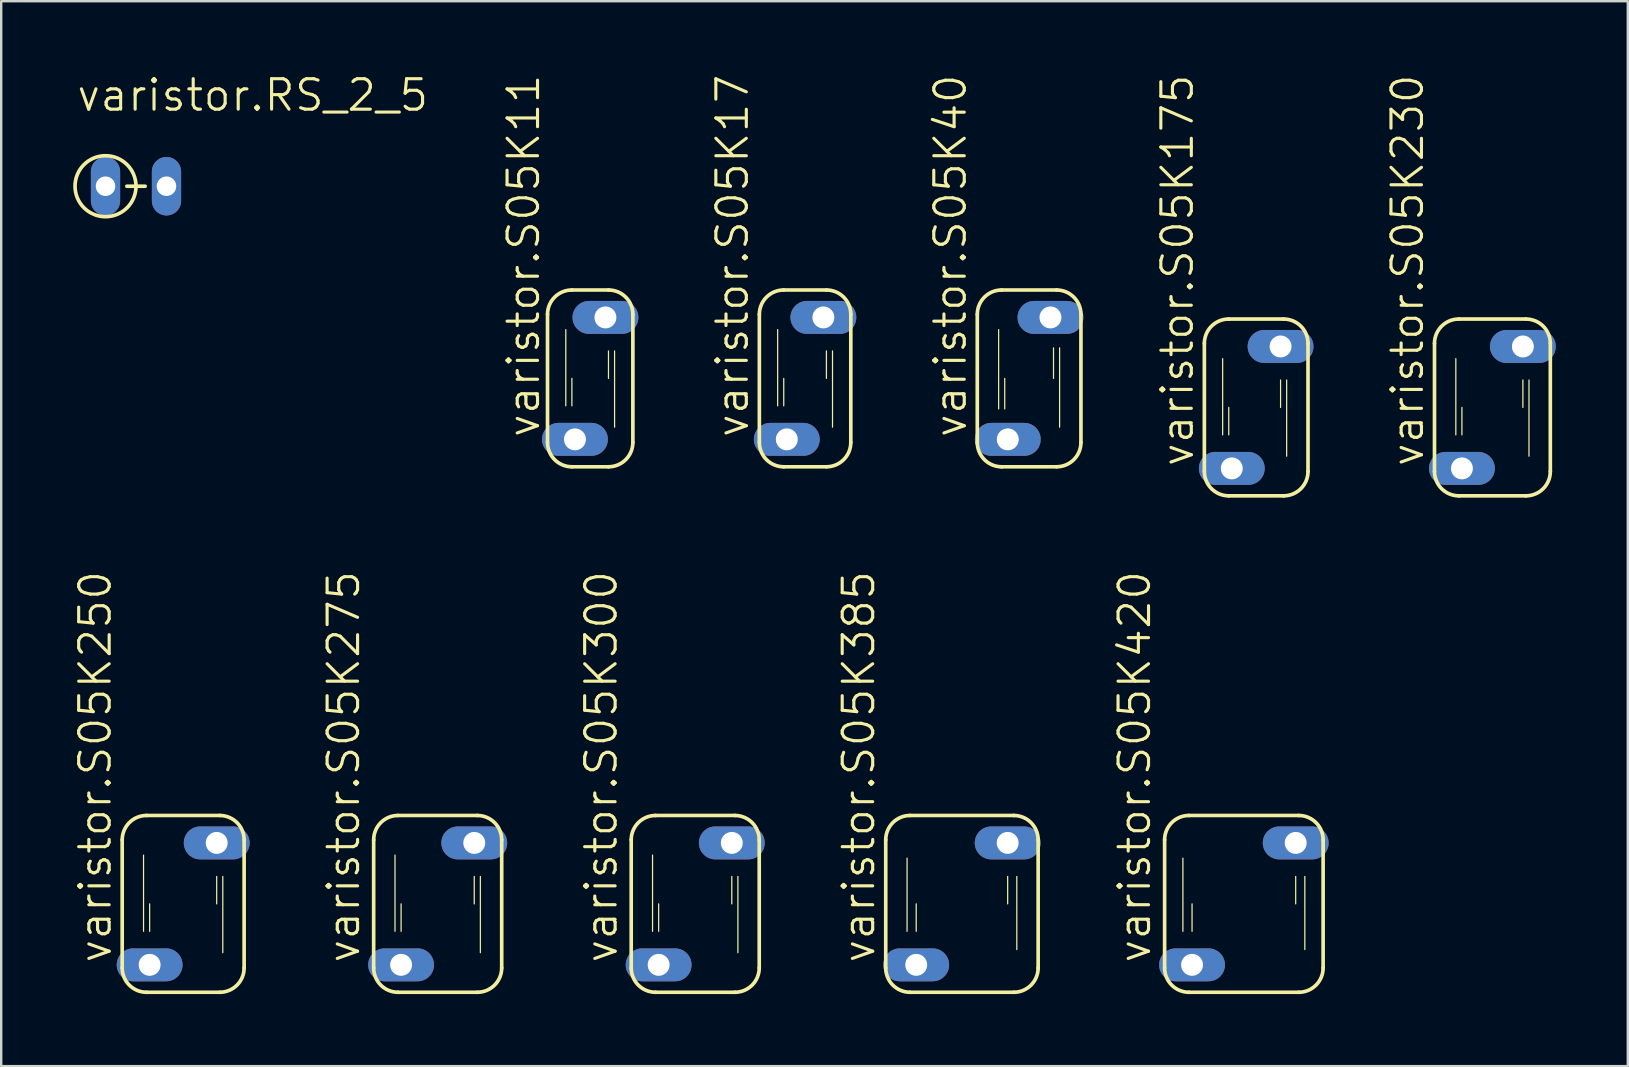
<source format=kicad_pcb>
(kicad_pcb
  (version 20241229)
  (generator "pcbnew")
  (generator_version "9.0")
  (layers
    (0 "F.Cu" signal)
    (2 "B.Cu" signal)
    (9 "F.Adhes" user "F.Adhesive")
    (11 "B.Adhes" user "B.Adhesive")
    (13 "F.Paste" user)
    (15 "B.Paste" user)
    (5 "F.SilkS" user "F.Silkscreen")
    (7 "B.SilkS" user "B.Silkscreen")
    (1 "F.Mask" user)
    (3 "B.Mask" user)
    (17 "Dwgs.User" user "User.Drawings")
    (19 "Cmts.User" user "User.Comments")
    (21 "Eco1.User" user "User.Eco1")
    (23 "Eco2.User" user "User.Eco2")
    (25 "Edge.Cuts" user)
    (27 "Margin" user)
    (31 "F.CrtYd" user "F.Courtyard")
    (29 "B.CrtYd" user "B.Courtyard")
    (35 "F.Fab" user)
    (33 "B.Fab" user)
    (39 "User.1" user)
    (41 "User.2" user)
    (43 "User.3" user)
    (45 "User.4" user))
  (footprint "varistor.S05K420"
    (layer "F.Cu")
    (at 48.773 34.608)
    (property "Reference" "varistor.S05K420" (at -3.81 2.54 90) (layer "F.SilkS") (effects (font (size 1.27 1.27) (thickness 0.13)) (justify left bottom)))
    (attr through_hole)
    (fp_line (start -3.302 -2.667) (end -3.302 2.667) (stroke (width 0.152) (type default)) (layer "F.SilkS"))
    (fp_line (start -2.54 1.143) (end -2.54 -1.905) (stroke (width 0.051) (type default)) (layer "F.SilkS"))
    (fp_line (start -2.286 -3.683) (end 2.286 -3.683) (stroke (width 0.152) (type default)) (layer "F.SilkS"))
    (fp_line (start -2.286 3.683) (end 2.286 3.683) (stroke (width 0.152) (type default)) (layer "F.SilkS"))
    (fp_line (start -2.159 1.143) (end -2.159 0) (stroke (width 0.051) (type default)) (layer "F.SilkS"))
    (fp_line (start 2.159 0) (end 2.159 -1.143) (stroke (width 0.051) (type default)) (layer "F.SilkS"))
    (fp_line (start 2.54 1.905) (end 2.54 -1.143) (stroke (width 0.051) (type default)) (layer "F.SilkS"))
    (fp_line (start 3.302 -2.667) (end 3.302 2.667) (stroke (width 0.152) (type default)) (layer "F.SilkS"))
    (fp_arc (start -3.302 -2.667) (mid -3.00442 -3.38542) (end -2.286 -3.683) (stroke (width 0.1524) (type default)) (layer "F.SilkS"))
    (fp_arc (start -2.286 3.683) (mid -3.00442 3.38542) (end -3.302 2.667) (stroke (width 0.1524) (type default)) (layer "F.SilkS"))
    (fp_arc (start 2.286 -3.683) (mid 3.00442 -3.38542) (end 3.302 -2.667) (stroke (width 0.1524) (type default)) (layer "F.SilkS"))
    (fp_arc (start 3.302 2.667) (mid 3.00442 3.38542) (end 2.286 3.683) (stroke (width 0.1524) (type default)) (layer "F.SilkS"))
    (pad "1" thru_hole oval (at -2.159 2.54) (size 2.743 1.372) (drill 0.914) (layers "*.Cu" "*.Mask"))
    (pad "2" thru_hole oval (at 2.159 -2.54) (size 2.743 1.372) (drill 0.914) (layers "*.Cu" "*.Mask")))
  (footprint "varistor.S05K385"
    (layer "F.Cu")
    (at 37.027 34.608)
    (property "Reference" "varistor.S05K385" (at -3.556 2.54 90) (layer "F.SilkS") (effects (font (size 1.27 1.27) (thickness 0.13)) (justify left bottom)))
    (attr through_hole)
    (fp_line (start -3.175 -2.667) (end -3.175 2.667) (stroke (width 0.152) (type default)) (layer "F.SilkS"))
    (fp_line (start -2.286 1.143) (end -2.286 -1.905) (stroke (width 0.051) (type default)) (layer "F.SilkS"))
    (fp_line (start -2.159 -3.683) (end 2.159 -3.683) (stroke (width 0.152) (type default)) (layer "F.SilkS"))
    (fp_line (start -2.159 3.683) (end 2.159 3.683) (stroke (width 0.152) (type default)) (layer "F.SilkS"))
    (fp_line (start -1.905 1.143) (end -1.905 0) (stroke (width 0.051) (type default)) (layer "F.SilkS"))
    (fp_line (start 1.905 0) (end 1.905 -1.143) (stroke (width 0.051) (type default)) (layer "F.SilkS"))
    (fp_line (start 2.286 1.905) (end 2.286 -1.143) (stroke (width 0.051) (type default)) (layer "F.SilkS"))
    (fp_line (start 3.175 -2.667) (end 3.175 2.667) (stroke (width 0.152) (type default)) (layer "F.SilkS"))
    (fp_arc (start -3.175 -2.667) (mid -2.87742 -3.38542) (end -2.159 -3.683) (stroke (width 0.1524) (type default)) (layer "F.SilkS"))
    (fp_arc (start -2.159 3.683) (mid -2.87742 3.38542) (end -3.175 2.667) (stroke (width 0.1524) (type default)) (layer "F.SilkS"))
    (fp_arc (start 2.159 -3.683) (mid 2.87742 -3.38542) (end 3.175 -2.667) (stroke (width 0.1524) (type default)) (layer "F.SilkS"))
    (fp_arc (start 3.175 2.667) (mid 2.87742 3.38542) (end 2.159 3.683) (stroke (width 0.1524) (type default)) (layer "F.SilkS"))
    (pad "1" thru_hole oval (at -1.905 2.54) (size 2.743 1.372) (drill 0.914) (layers "*.Cu" "*.Mask"))
    (pad "2" thru_hole oval (at 1.905 -2.54) (size 2.743 1.372) (drill 0.914) (layers "*.Cu" "*.Mask")))
  (footprint "varistor.RS_2_5"
    (layer "F.Cu")
    (at 2.616 4.708)
    (property "Reference" "varistor.RS_2_5" (at -2.54 -3.048 0) (layer "F.SilkS") (effects (font (size 1.27 1.27) (thickness 0.13)) (justify left bottom)))
    (attr through_hole)
    (fp_line (start -0.381 0) (end 0.381 0) (stroke (width 0.152) (type default)) (layer "F.SilkS"))
    (fp_circle (center -1.27 0) (end 0 0) (stroke (width 0.152) (type default)) (fill no) (layer "F.SilkS"))
    (pad "1" thru_hole oval (at -1.27 0 90) (size 2.438 1.219) (drill 0.813) (layers "*.Cu" "*.Mask"))
    (pad "2" thru_hole oval (at 1.27 0 90) (size 2.438 1.219) (drill 0.813) (layers "*.Cu" "*.Mask")))
  (footprint "varistor.S05K175"
    (layer "F.Cu")
    (at 49.286 13.925)
    (property "Reference" "varistor.S05K175" (at -2.54 2.54 90) (layer "F.SilkS") (effects (font (size 1.27 1.27) (thickness 0.13)) (justify left bottom)))
    (attr through_hole)
    (fp_line (start -2.159 -2.667) (end -2.159 2.667) (stroke (width 0.152) (type default)) (layer "F.SilkS"))
    (fp_line (start -1.397 1.143) (end -1.397 -2.032) (stroke (width 0.051) (type default)) (layer "F.SilkS"))
    (fp_line (start -1.143 -3.683) (end 1.143 -3.683) (stroke (width 0.152) (type default)) (layer "F.SilkS"))
    (fp_line (start -1.143 1.143) (end -1.143 0) (stroke (width 0.051) (type default)) (layer "F.SilkS"))
    (fp_line (start -1.143 3.683) (end 1.143 3.683) (stroke (width 0.152) (type default)) (layer "F.SilkS"))
    (fp_line (start 1.016 0) (end 1.016 -1.143) (stroke (width 0.051) (type default)) (layer "F.SilkS"))
    (fp_line (start 1.27 2.032) (end 1.27 -1.143) (stroke (width 0.051) (type default)) (layer "F.SilkS"))
    (fp_line (start 2.159 -2.667) (end 2.159 2.667) (stroke (width 0.152) (type default)) (layer "F.SilkS"))
    (fp_arc (start -2.159 -2.667) (mid -1.86142 -3.38542) (end -1.143 -3.683) (stroke (width 0.1524) (type default)) (layer "F.SilkS"))
    (fp_arc (start -1.143 3.683) (mid -1.86142 3.38542) (end -2.159 2.667) (stroke (width 0.1524) (type default)) (layer "F.SilkS"))
    (fp_arc (start 1.143 -3.683) (mid 1.86142 -3.38542) (end 2.159 -2.667) (stroke (width 0.1524) (type default)) (layer "F.SilkS"))
    (fp_arc (start 2.159 2.667) (mid 1.86142 3.38542) (end 1.143 3.683) (stroke (width 0.1524) (type default)) (layer "F.SilkS"))
    (pad "1" thru_hole oval (at -1.016 2.54) (size 2.743 1.372) (drill 0.914) (layers "*.Cu" "*.Mask"))
    (pad "2" thru_hole oval (at 1.016 -2.54) (size 2.743 1.372) (drill 0.914) (layers "*.Cu" "*.Mask")))
  (footprint "varistor.S05K11"
    (layer "F.Cu")
    (at 21.539 12.715)
    (property "Reference" "varistor.S05K11" (at -2.032 2.54 90) (layer "F.SilkS") (effects (font (size 1.27 1.27) (thickness 0.13)) (justify left bottom)))
    (attr through_hole)
    (fp_line (start -1.778 -2.667) (end -1.778 2.667) (stroke (width 0.152) (type default)) (layer "F.SilkS"))
    (fp_line (start -1.016 1.143) (end -1.016 -2.032) (stroke (width 0.051) (type default)) (layer "F.SilkS"))
    (fp_line (start -0.762 -3.683) (end 0.762 -3.683) (stroke (width 0.152) (type default)) (layer "F.SilkS"))
    (fp_line (start -0.762 1.143) (end -0.762 0) (stroke (width 0.051) (type default)) (layer "F.SilkS"))
    (fp_line (start -0.762 3.683) (end 0.762 3.683) (stroke (width 0.152) (type default)) (layer "F.SilkS"))
    (fp_line (start 0.762 0) (end 0.762 -1.143) (stroke (width 0.051) (type default)) (layer "F.SilkS"))
    (fp_line (start 1.016 2.032) (end 1.016 -1.143) (stroke (width 0.051) (type default)) (layer "F.SilkS"))
    (fp_line (start 1.778 -2.667) (end 1.778 2.667) (stroke (width 0.152) (type default)) (layer "F.SilkS"))
    (fp_arc (start -1.778 -2.667) (mid -1.48042 -3.38542) (end -0.762 -3.683) (stroke (width 0.1524) (type default)) (layer "F.SilkS"))
    (fp_arc (start -0.762 3.683) (mid -1.48042 3.38542) (end -1.778 2.667) (stroke (width 0.1524) (type default)) (layer "F.SilkS"))
    (fp_arc (start 0.762 -3.683) (mid 1.48042 -3.38542) (end 1.778 -2.667) (stroke (width 0.1524) (type default)) (layer "F.SilkS"))
    (fp_arc (start 1.778 2.667) (mid 1.48042 3.38542) (end 0.762 3.683) (stroke (width 0.1524) (type default)) (layer "F.SilkS"))
    (pad "1" thru_hole oval (at -0.635 2.54) (size 2.743 1.372) (drill 0.914) (layers "*.Cu" "*.Mask"))
    (pad "2" thru_hole oval (at 0.635 -2.54) (size 2.743 1.372) (drill 0.914) (layers "*.Cu" "*.Mask")))
  (footprint "varistor.S05K275"
    (layer "F.Cu")
    (at 15.185 34.608)
    (property "Reference" "varistor.S05K275" (at -3.175 2.54 90) (layer "F.SilkS") (effects (font (size 1.27 1.27) (thickness 0.13)) (justify left bottom)))
    (attr through_hole)
    (fp_line (start -2.667 -2.667) (end -2.667 2.667) (stroke (width 0.152) (type default)) (layer "F.SilkS"))
    (fp_line (start -1.778 1.143) (end -1.778 -2.032) (stroke (width 0.051) (type default)) (layer "F.SilkS"))
    (fp_line (start -1.651 -3.683) (end 1.651 -3.683) (stroke (width 0.152) (type default)) (layer "F.SilkS"))
    (fp_line (start -1.651 3.683) (end 1.651 3.683) (stroke (width 0.152) (type default)) (layer "F.SilkS"))
    (fp_line (start -1.524 1.143) (end -1.524 0) (stroke (width 0.051) (type default)) (layer "F.SilkS"))
    (fp_line (start 1.524 0) (end 1.524 -1.143) (stroke (width 0.051) (type default)) (layer "F.SilkS"))
    (fp_line (start 1.778 2.032) (end 1.778 -1.143) (stroke (width 0.051) (type default)) (layer "F.SilkS"))
    (fp_line (start 2.667 -2.667) (end 2.667 2.667) (stroke (width 0.152) (type default)) (layer "F.SilkS"))
    (fp_arc (start -2.667 -2.667) (mid -2.36942 -3.38542) (end -1.651 -3.683) (stroke (width 0.1524) (type default)) (layer "F.SilkS"))
    (fp_arc (start -1.651 3.683) (mid -2.36942 3.38542) (end -2.667 2.667) (stroke (width 0.1524) (type default)) (layer "F.SilkS"))
    (fp_arc (start 1.651 -3.683) (mid 2.36942 -3.38542) (end 2.667 -2.667) (stroke (width 0.1524) (type default)) (layer "F.SilkS"))
    (fp_arc (start 2.667 2.667) (mid 2.36942 3.38542) (end 1.651 3.683) (stroke (width 0.1524) (type default)) (layer "F.SilkS"))
    (pad "1" thru_hole oval (at -1.524 2.54) (size 2.743 1.372) (drill 0.914) (layers "*.Cu" "*.Mask"))
    (pad "2" thru_hole oval (at 1.524 -2.54) (size 2.743 1.372) (drill 0.914) (layers "*.Cu" "*.Mask")))
  (footprint "varistor.S05K17"
    (layer "F.Cu")
    (at 30.492 12.715)
    (property "Reference" "varistor.S05K17" (at -2.286 2.54 90) (layer "F.SilkS") (effects (font (size 1.27 1.27) (thickness 0.13)) (justify left bottom)))
    (attr through_hole)
    (fp_line (start -1.905 -2.667) (end -1.905 2.667) (stroke (width 0.152) (type default)) (layer "F.SilkS"))
    (fp_line (start -1.143 1.143) (end -1.143 -2.032) (stroke (width 0.051) (type default)) (layer "F.SilkS"))
    (fp_line (start -0.889 -3.683) (end 0.889 -3.683) (stroke (width 0.152) (type default)) (layer "F.SilkS"))
    (fp_line (start -0.889 1.143) (end -0.889 0) (stroke (width 0.051) (type default)) (layer "F.SilkS"))
    (fp_line (start -0.889 3.683) (end 0.889 3.683) (stroke (width 0.152) (type default)) (layer "F.SilkS"))
    (fp_line (start 0.889 0) (end 0.889 -1.143) (stroke (width 0.051) (type default)) (layer "F.SilkS"))
    (fp_line (start 1.143 2.032) (end 1.143 -1.143) (stroke (width 0.051) (type default)) (layer "F.SilkS"))
    (fp_line (start 1.905 -2.667) (end 1.905 2.667) (stroke (width 0.152) (type default)) (layer "F.SilkS"))
    (fp_arc (start -1.905 -2.667) (mid -1.60742 -3.38542) (end -0.889 -3.683) (stroke (width 0.1524) (type default)) (layer "F.SilkS"))
    (fp_arc (start -0.889 3.683) (mid -1.60742 3.38542) (end -1.905 2.667) (stroke (width 0.1524) (type default)) (layer "F.SilkS"))
    (fp_arc (start 0.889 -3.683) (mid 1.60742 -3.38542) (end 1.905 -2.667) (stroke (width 0.1524) (type default)) (layer "F.SilkS"))
    (fp_arc (start 1.905 2.667) (mid 1.60742 3.38542) (end 0.889 3.683) (stroke (width 0.1524) (type default)) (layer "F.SilkS"))
    (pad "1" thru_hole oval (at -0.762 2.54) (size 2.743 1.372) (drill 0.914) (layers "*.Cu" "*.Mask"))
    (pad "2" thru_hole oval (at 0.762 -2.54) (size 2.743 1.372) (drill 0.914) (layers "*.Cu" "*.Mask")))
  (footprint "varistor.S05K40"
    (layer "F.Cu")
    (at 39.826 12.715)
    (property "Reference" "varistor.S05K40" (at -2.54 2.54 90) (layer "F.SilkS") (effects (font (size 1.27 1.27) (thickness 0.13)) (justify left bottom)))
    (attr through_hole)
    (fp_line (start -2.159 -2.667) (end -2.159 2.667) (stroke (width 0.152) (type default)) (layer "F.SilkS"))
    (fp_line (start -1.27 1.27) (end -1.27 -2.032) (stroke (width 0.051) (type default)) (layer "F.SilkS"))
    (fp_line (start -1.143 -3.683) (end 1.143 -3.683) (stroke (width 0.152) (type default)) (layer "F.SilkS"))
    (fp_line (start -1.143 3.683) (end 1.143 3.683) (stroke (width 0.152) (type default)) (layer "F.SilkS"))
    (fp_line (start -1.016 1.27) (end -1.016 0) (stroke (width 0.051) (type default)) (layer "F.SilkS"))
    (fp_line (start 1.016 0) (end 1.016 -1.27) (stroke (width 0.051) (type default)) (layer "F.SilkS"))
    (fp_line (start 1.27 2.032) (end 1.27 -1.27) (stroke (width 0.051) (type default)) (layer "F.SilkS"))
    (fp_line (start 2.159 -2.667) (end 2.159 2.667) (stroke (width 0.152) (type default)) (layer "F.SilkS"))
    (fp_arc (start -2.159 -2.667) (mid -1.86142 -3.38542) (end -1.143 -3.683) (stroke (width 0.1524) (type default)) (layer "F.SilkS"))
    (fp_arc (start -1.143 3.683) (mid -1.86142 3.38542) (end -2.159 2.667) (stroke (width 0.1524) (type default)) (layer "F.SilkS"))
    (fp_arc (start 1.143 -3.683) (mid 1.86142 -3.38542) (end 2.159 -2.667) (stroke (width 0.1524) (type default)) (layer "F.SilkS"))
    (fp_arc (start 2.159 2.667) (mid 1.86142 3.38542) (end 1.143 3.683) (stroke (width 0.1524) (type default)) (layer "F.SilkS"))
    (pad "1" thru_hole oval (at -0.889 2.54) (size 2.743 1.372) (drill 0.914) (layers "*.Cu" "*.Mask"))
    (pad "2" thru_hole oval (at 0.889 -2.54) (size 2.743 1.372) (drill 0.914) (layers "*.Cu" "*.Mask")))
  (footprint "varistor.S05K230"
    (layer "F.Cu")
    (at 59.128 13.925)
    (property "Reference" "varistor.S05K230" (at -2.794 2.54 90) (layer "F.SilkS") (effects (font (size 1.27 1.27) (thickness 0.13)) (justify left bottom)))
    (attr through_hole)
    (fp_line (start -2.413 -2.667) (end -2.413 2.667) (stroke (width 0.152) (type default)) (layer "F.SilkS"))
    (fp_line (start -1.524 1.143) (end -1.524 -2.032) (stroke (width 0.051) (type default)) (layer "F.SilkS"))
    (fp_line (start -1.397 -3.683) (end 1.397 -3.683) (stroke (width 0.152) (type default)) (layer "F.SilkS"))
    (fp_line (start -1.397 3.683) (end 1.397 3.683) (stroke (width 0.152) (type default)) (layer "F.SilkS"))
    (fp_line (start -1.27 1.143) (end -1.27 0) (stroke (width 0.051) (type default)) (layer "F.SilkS"))
    (fp_line (start 1.27 0) (end 1.27 -1.143) (stroke (width 0.051) (type default)) (layer "F.SilkS"))
    (fp_line (start 1.524 2.032) (end 1.524 -1.143) (stroke (width 0.051) (type default)) (layer "F.SilkS"))
    (fp_line (start 2.413 -2.667) (end 2.413 2.667) (stroke (width 0.152) (type default)) (layer "F.SilkS"))
    (fp_arc (start -2.413 -2.667) (mid -2.11542 -3.38542) (end -1.397 -3.683) (stroke (width 0.1524) (type default)) (layer "F.SilkS"))
    (fp_arc (start -1.397 3.683) (mid -2.11542 3.38542) (end -2.413 2.667) (stroke (width 0.1524) (type default)) (layer "F.SilkS"))
    (fp_arc (start 1.397 -3.683) (mid 2.11542 -3.38542) (end 2.413 -2.667) (stroke (width 0.1524) (type default)) (layer "F.SilkS"))
    (fp_arc (start 2.413 2.667) (mid 2.11542 3.38542) (end 1.397 3.683) (stroke (width 0.1524) (type default)) (layer "F.SilkS"))
    (pad "1" thru_hole oval (at -1.27 2.54) (size 2.743 1.372) (drill 0.914) (layers "*.Cu" "*.Mask"))
    (pad "2" thru_hole oval (at 1.27 -2.54) (size 2.743 1.372) (drill 0.914) (layers "*.Cu" "*.Mask")))
  (footprint "varistor.S05K250"
    (layer "F.Cu")
    (at 4.581 34.608)
    (property "Reference" "varistor.S05K250" (at -2.921 2.54 90) (layer "F.SilkS") (effects (font (size 1.27 1.27) (thickness 0.13)) (justify left bottom)))
    (attr through_hole)
    (fp_line (start -2.54 -2.667) (end -2.54 2.667) (stroke (width 0.152) (type default)) (layer "F.SilkS"))
    (fp_line (start -1.651 1.143) (end -1.651 -2.032) (stroke (width 0.051) (type default)) (layer "F.SilkS"))
    (fp_line (start -1.524 -3.683) (end 1.524 -3.683) (stroke (width 0.152) (type default)) (layer "F.SilkS"))
    (fp_line (start -1.524 3.683) (end 1.524 3.683) (stroke (width 0.152) (type default)) (layer "F.SilkS"))
    (fp_line (start -1.397 1.143) (end -1.397 0) (stroke (width 0.051) (type default)) (layer "F.SilkS"))
    (fp_line (start 1.397 0) (end 1.397 -1.143) (stroke (width 0.051) (type default)) (layer "F.SilkS"))
    (fp_line (start 1.651 2.032) (end 1.651 -1.143) (stroke (width 0.051) (type default)) (layer "F.SilkS"))
    (fp_line (start 2.54 -2.667) (end 2.54 2.667) (stroke (width 0.152) (type default)) (layer "F.SilkS"))
    (fp_arc (start -2.54 -2.667) (mid -2.24242 -3.38542) (end -1.524 -3.683) (stroke (width 0.1524) (type default)) (layer "F.SilkS"))
    (fp_arc (start -1.524 3.683) (mid -2.24242 3.38542) (end -2.54 2.667) (stroke (width 0.1524) (type default)) (layer "F.SilkS"))
    (fp_arc (start 1.524 -3.683) (mid 2.24242 -3.38542) (end 2.54 -2.667) (stroke (width 0.1524) (type default)) (layer "F.SilkS"))
    (fp_arc (start 2.54 2.667) (mid 2.24242 3.38542) (end 1.524 3.683) (stroke (width 0.1524) (type default)) (layer "F.SilkS"))
    (pad "1" thru_hole oval (at -1.397 2.54) (size 2.743 1.372) (drill 0.914) (layers "*.Cu" "*.Mask"))
    (pad "2" thru_hole oval (at 1.397 -2.54) (size 2.743 1.372) (drill 0.914) (layers "*.Cu" "*.Mask")))
  (footprint "varistor.S05K300"
    (layer "F.Cu")
    (at 25.915 34.608)
    (property "Reference" "varistor.S05K300" (at -3.175 2.54 90) (layer "F.SilkS") (effects (font (size 1.27 1.27) (thickness 0.13)) (justify left bottom)))
    (attr through_hole)
    (fp_line (start -2.667 -2.667) (end -2.667 2.667) (stroke (width 0.152) (type default)) (layer "F.SilkS"))
    (fp_line (start -1.778 1.143) (end -1.778 -2.032) (stroke (width 0.051) (type default)) (layer "F.SilkS"))
    (fp_line (start -1.651 -3.683) (end 1.651 -3.683) (stroke (width 0.152) (type default)) (layer "F.SilkS"))
    (fp_line (start -1.651 3.683) (end 1.651 3.683) (stroke (width 0.152) (type default)) (layer "F.SilkS"))
    (fp_line (start -1.524 1.143) (end -1.524 0) (stroke (width 0.051) (type default)) (layer "F.SilkS"))
    (fp_line (start 1.524 0) (end 1.524 -1.143) (stroke (width 0.051) (type default)) (layer "F.SilkS"))
    (fp_line (start 1.778 2.032) (end 1.778 -1.143) (stroke (width 0.051) (type default)) (layer "F.SilkS"))
    (fp_line (start 2.667 -2.667) (end 2.667 2.667) (stroke (width 0.152) (type default)) (layer "F.SilkS"))
    (fp_arc (start -2.667 -2.667) (mid -2.36942 -3.38542) (end -1.651 -3.683) (stroke (width 0.1524) (type default)) (layer "F.SilkS"))
    (fp_arc (start -1.651 3.683) (mid -2.36942 3.38542) (end -2.667 2.667) (stroke (width 0.1524) (type default)) (layer "F.SilkS"))
    (fp_arc (start 1.651 -3.683) (mid 2.36942 -3.38542) (end 2.667 -2.667) (stroke (width 0.1524) (type default)) (layer "F.SilkS"))
    (fp_arc (start 2.667 2.667) (mid 2.36942 3.38542) (end 1.651 3.683) (stroke (width 0.1524) (type default)) (layer "F.SilkS"))
    (pad "1" thru_hole oval (at -1.524 2.54) (size 2.743 1.372) (drill 0.914) (layers "*.Cu" "*.Mask"))
    (pad "2" thru_hole oval (at 1.524 -2.54) (size 2.743 1.372) (drill 0.914) (layers "*.Cu" "*.Mask")))
  (gr_rect
    (start -3 -3)
    (end 64.769 41.368)
    (stroke (width 0.1) (type default))
    (fill no)
    (layer "Edge.Cuts")))
</source>
